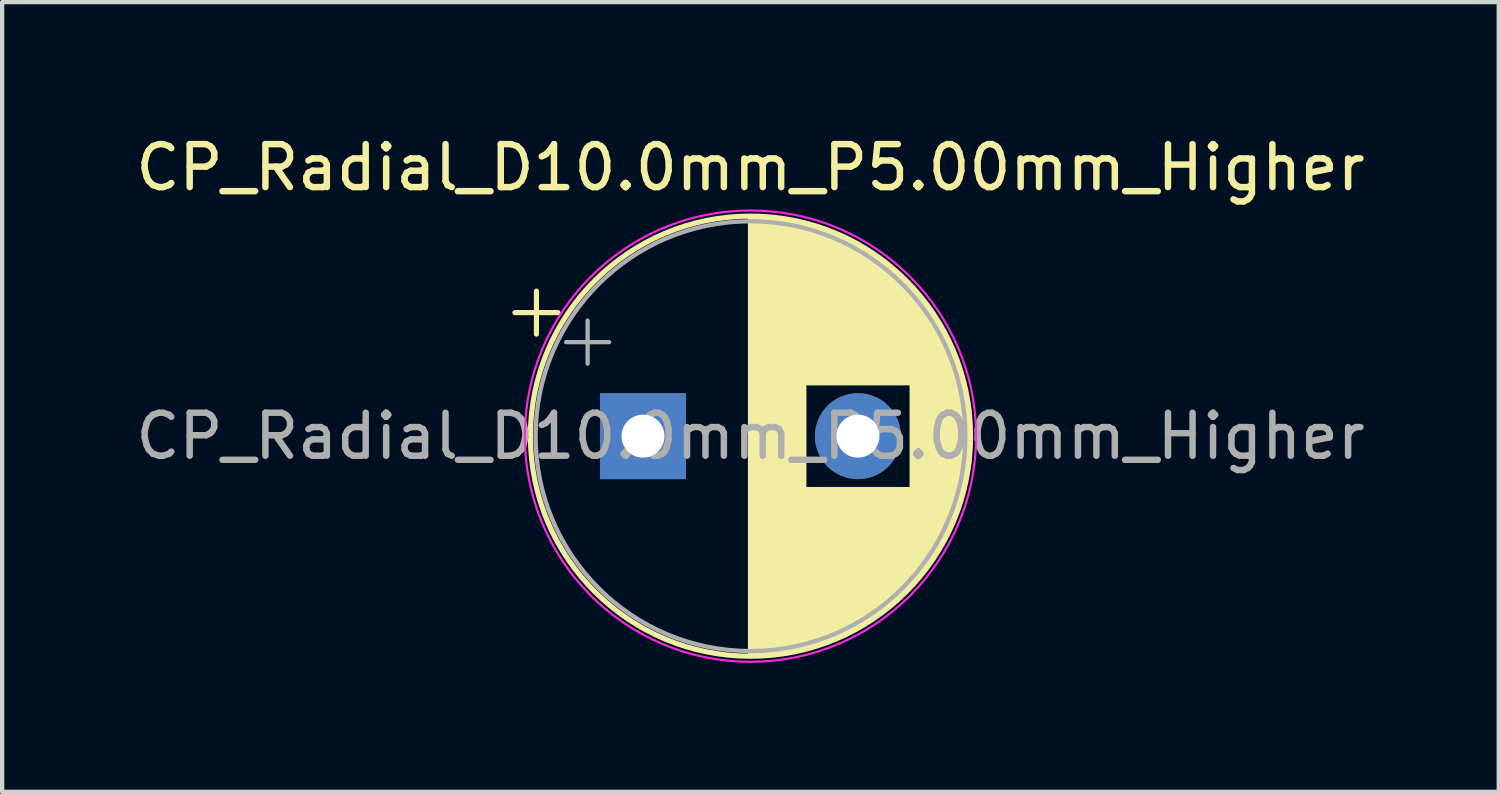
<source format=kicad_pcb>
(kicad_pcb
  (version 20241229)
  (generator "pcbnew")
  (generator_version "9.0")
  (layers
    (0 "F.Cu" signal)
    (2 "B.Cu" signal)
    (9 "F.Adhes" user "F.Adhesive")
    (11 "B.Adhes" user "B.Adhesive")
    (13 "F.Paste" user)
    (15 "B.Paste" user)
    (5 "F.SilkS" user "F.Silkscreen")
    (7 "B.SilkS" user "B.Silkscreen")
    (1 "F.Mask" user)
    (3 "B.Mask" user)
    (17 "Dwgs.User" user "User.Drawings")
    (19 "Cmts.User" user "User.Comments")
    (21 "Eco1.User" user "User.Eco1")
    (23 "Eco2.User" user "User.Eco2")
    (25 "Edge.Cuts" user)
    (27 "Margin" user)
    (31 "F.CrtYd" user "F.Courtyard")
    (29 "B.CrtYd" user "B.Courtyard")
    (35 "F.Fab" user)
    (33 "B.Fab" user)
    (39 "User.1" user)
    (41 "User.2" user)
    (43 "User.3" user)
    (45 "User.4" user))
  (footprint "CP_Radial_D10.0mm_P5.00mm_Higher"
    (layer "F.Cu")
    (at 11.911 7.098)
    (property "Reference" "CP_Radial_D10.0mm_P5.00mm_Higher" (at 2.5 -6.25 0) (layer "F.SilkS") (effects (font (size 1 1) (thickness 0.15))))
    (attr through_hole)
    (fp_line (start -2.98 -2.875) (end -1.98 -2.875) (stroke (width 0.12) (type solid)) (layer "F.SilkS"))
    (fp_line (start -2.48 -3.375) (end -2.48 -2.375) (stroke (width 0.12) (type solid)) (layer "F.SilkS"))
    (fp_line (start 2.5 -5.08) (end 2.5 5.08) (stroke (width 0.12) (type solid)) (layer "F.SilkS"))
    (fp_line (start 2.54 -5.08) (end 2.54 5.08) (stroke (width 0.12) (type solid)) (layer "F.SilkS"))
    (fp_line (start 2.58 -5.08) (end 2.58 5.08) (stroke (width 0.12) (type solid)) (layer "F.SilkS"))
    (fp_line (start 2.62 -5.079) (end 2.62 5.079) (stroke (width 0.12) (type solid)) (layer "F.SilkS"))
    (fp_line (start 2.66 -5.078) (end 2.66 5.078) (stroke (width 0.12) (type solid)) (layer "F.SilkS"))
    (fp_line (start 2.7 -5.077) (end 2.7 5.077) (stroke (width 0.12) (type solid)) (layer "F.SilkS"))
    (fp_line (start 2.74 -5.075) (end 2.74 5.075) (stroke (width 0.12) (type solid)) (layer "F.SilkS"))
    (fp_line (start 2.78 -5.073) (end 2.78 5.073) (stroke (width 0.12) (type solid)) (layer "F.SilkS"))
    (fp_line (start 2.82 -5.07) (end 2.82 5.07) (stroke (width 0.12) (type solid)) (layer "F.SilkS"))
    (fp_line (start 2.86 -5.068) (end 2.86 5.068) (stroke (width 0.12) (type solid)) (layer "F.SilkS"))
    (fp_line (start 2.9 -5.065) (end 2.9 5.065) (stroke (width 0.12) (type solid)) (layer "F.SilkS"))
    (fp_line (start 2.94 -5.062) (end 2.94 5.062) (stroke (width 0.12) (type solid)) (layer "F.SilkS"))
    (fp_line (start 2.98 -5.058) (end 2.98 5.058) (stroke (width 0.12) (type solid)) (layer "F.SilkS"))
    (fp_line (start 3.02 -5.054) (end 3.02 5.054) (stroke (width 0.12) (type solid)) (layer "F.SilkS"))
    (fp_line (start 3.06 -5.05) (end 3.06 5.05) (stroke (width 0.12) (type solid)) (layer "F.SilkS"))
    (fp_line (start 3.1 -5.045) (end 3.1 5.045) (stroke (width 0.12) (type solid)) (layer "F.SilkS"))
    (fp_line (start 3.14 -5.04) (end 3.14 5.04) (stroke (width 0.12) (type solid)) (layer "F.SilkS"))
    (fp_line (start 3.18 -5.035) (end 3.18 5.035) (stroke (width 0.12) (type solid)) (layer "F.SilkS"))
    (fp_line (start 3.221 -5.03) (end 3.221 5.03) (stroke (width 0.12) (type solid)) (layer "F.SilkS"))
    (fp_line (start 3.261 -5.024) (end 3.261 5.024) (stroke (width 0.12) (type solid)) (layer "F.SilkS"))
    (fp_line (start 3.301 -5.018) (end 3.301 5.018) (stroke (width 0.12) (type solid)) (layer "F.SilkS"))
    (fp_line (start 3.341 -5.011) (end 3.341 5.011) (stroke (width 0.12) (type solid)) (layer "F.SilkS"))
    (fp_line (start 3.381 -5.004) (end 3.381 5.004) (stroke (width 0.12) (type solid)) (layer "F.SilkS"))
    (fp_line (start 3.421 -4.997) (end 3.421 4.997) (stroke (width 0.12) (type solid)) (layer "F.SilkS"))
    (fp_line (start 3.461 -4.99) (end 3.461 4.99) (stroke (width 0.12) (type solid)) (layer "F.SilkS"))
    (fp_line (start 3.501 -4.982) (end 3.501 4.982) (stroke (width 0.12) (type solid)) (layer "F.SilkS"))
    (fp_line (start 3.541 -4.974) (end 3.541 4.974) (stroke (width 0.12) (type solid)) (layer "F.SilkS"))
    (fp_line (start 3.581 -4.965) (end 3.581 4.965) (stroke (width 0.12) (type solid)) (layer "F.SilkS"))
    (fp_line (start 3.621 -4.956) (end 3.621 4.956) (stroke (width 0.12) (type solid)) (layer "F.SilkS"))
    (fp_line (start 3.661 -4.947) (end 3.661 4.947) (stroke (width 0.12) (type solid)) (layer "F.SilkS"))
    (fp_line (start 3.701 -4.938) (end 3.701 4.938) (stroke (width 0.12) (type solid)) (layer "F.SilkS"))
    (fp_line (start 3.741 -4.928) (end 3.741 4.928) (stroke (width 0.12) (type solid)) (layer "F.SilkS"))
    (fp_line (start 3.781 -4.918) (end 3.781 -1.241) (stroke (width 0.12) (type solid)) (layer "F.SilkS"))
    (fp_line (start 3.781 1.241) (end 3.781 4.918) (stroke (width 0.12) (type solid)) (layer "F.SilkS"))
    (fp_line (start 3.821 -4.907) (end 3.821 -1.241) (stroke (width 0.12) (type solid)) (layer "F.SilkS"))
    (fp_line (start 3.821 1.241) (end 3.821 4.907) (stroke (width 0.12) (type solid)) (layer "F.SilkS"))
    (fp_line (start 3.861 -4.897) (end 3.861 -1.241) (stroke (width 0.12) (type solid)) (layer "F.SilkS"))
    (fp_line (start 3.861 1.241) (end 3.861 4.897) (stroke (width 0.12) (type solid)) (layer "F.SilkS"))
    (fp_line (start 3.901 -4.885) (end 3.901 -1.241) (stroke (width 0.12) (type solid)) (layer "F.SilkS"))
    (fp_line (start 3.901 1.241) (end 3.901 4.885) (stroke (width 0.12) (type solid)) (layer "F.SilkS"))
    (fp_line (start 3.941 -4.874) (end 3.941 -1.241) (stroke (width 0.12) (type solid)) (layer "F.SilkS"))
    (fp_line (start 3.941 1.241) (end 3.941 4.874) (stroke (width 0.12) (type solid)) (layer "F.SilkS"))
    (fp_line (start 3.981 -4.862) (end 3.981 -1.241) (stroke (width 0.12) (type solid)) (layer "F.SilkS"))
    (fp_line (start 3.981 1.241) (end 3.981 4.862) (stroke (width 0.12) (type solid)) (layer "F.SilkS"))
    (fp_line (start 4.021 -4.85) (end 4.021 -1.241) (stroke (width 0.12) (type solid)) (layer "F.SilkS"))
    (fp_line (start 4.021 1.241) (end 4.021 4.85) (stroke (width 0.12) (type solid)) (layer "F.SilkS"))
    (fp_line (start 4.061 -4.837) (end 4.061 -1.241) (stroke (width 0.12) (type solid)) (layer "F.SilkS"))
    (fp_line (start 4.061 1.241) (end 4.061 4.837) (stroke (width 0.12) (type solid)) (layer "F.SilkS"))
    (fp_line (start 4.101 -4.824) (end 4.101 -1.241) (stroke (width 0.12) (type solid)) (layer "F.SilkS"))
    (fp_line (start 4.101 1.241) (end 4.101 4.824) (stroke (width 0.12) (type solid)) (layer "F.SilkS"))
    (fp_line (start 4.141 -4.811) (end 4.141 -1.241) (stroke (width 0.12) (type solid)) (layer "F.SilkS"))
    (fp_line (start 4.141 1.241) (end 4.141 4.811) (stroke (width 0.12) (type solid)) (layer "F.SilkS"))
    (fp_line (start 4.181 -4.797) (end 4.181 -1.241) (stroke (width 0.12) (type solid)) (layer "F.SilkS"))
    (fp_line (start 4.181 1.241) (end 4.181 4.797) (stroke (width 0.12) (type solid)) (layer "F.SilkS"))
    (fp_line (start 4.221 -4.783) (end 4.221 -1.241) (stroke (width 0.12) (type solid)) (layer "F.SilkS"))
    (fp_line (start 4.221 1.241) (end 4.221 4.783) (stroke (width 0.12) (type solid)) (layer "F.SilkS"))
    (fp_line (start 4.261 -4.768) (end 4.261 -1.241) (stroke (width 0.12) (type solid)) (layer "F.SilkS"))
    (fp_line (start 4.261 1.241) (end 4.261 4.768) (stroke (width 0.12) (type solid)) (layer "F.SilkS"))
    (fp_line (start 4.301 -4.754) (end 4.301 -1.241) (stroke (width 0.12) (type solid)) (layer "F.SilkS"))
    (fp_line (start 4.301 1.241) (end 4.301 4.754) (stroke (width 0.12) (type solid)) (layer "F.SilkS"))
    (fp_line (start 4.341 -4.738) (end 4.341 -1.241) (stroke (width 0.12) (type solid)) (layer "F.SilkS"))
    (fp_line (start 4.341 1.241) (end 4.341 4.738) (stroke (width 0.12) (type solid)) (layer "F.SilkS"))
    (fp_line (start 4.381 -4.723) (end 4.381 -1.241) (stroke (width 0.12) (type solid)) (layer "F.SilkS"))
    (fp_line (start 4.381 1.241) (end 4.381 4.723) (stroke (width 0.12) (type solid)) (layer "F.SilkS"))
    (fp_line (start 4.421 -4.707) (end 4.421 -1.241) (stroke (width 0.12) (type solid)) (layer "F.SilkS"))
    (fp_line (start 4.421 1.241) (end 4.421 4.707) (stroke (width 0.12) (type solid)) (layer "F.SilkS"))
    (fp_line (start 4.461 -4.69) (end 4.461 -1.241) (stroke (width 0.12) (type solid)) (layer "F.SilkS"))
    (fp_line (start 4.461 1.241) (end 4.461 4.69) (stroke (width 0.12) (type solid)) (layer "F.SilkS"))
    (fp_line (start 4.501 -4.674) (end 4.501 -1.241) (stroke (width 0.12) (type solid)) (layer "F.SilkS"))
    (fp_line (start 4.501 1.241) (end 4.501 4.674) (stroke (width 0.12) (type solid)) (layer "F.SilkS"))
    (fp_line (start 4.541 -4.657) (end 4.541 -1.241) (stroke (width 0.12) (type solid)) (layer "F.SilkS"))
    (fp_line (start 4.541 1.241) (end 4.541 4.657) (stroke (width 0.12) (type solid)) (layer "F.SilkS"))
    (fp_line (start 4.581 -4.639) (end 4.581 -1.241) (stroke (width 0.12) (type solid)) (layer "F.SilkS"))
    (fp_line (start 4.581 1.241) (end 4.581 4.639) (stroke (width 0.12) (type solid)) (layer "F.SilkS"))
    (fp_line (start 4.621 -4.621) (end 4.621 -1.241) (stroke (width 0.12) (type solid)) (layer "F.SilkS"))
    (fp_line (start 4.621 1.241) (end 4.621 4.621) (stroke (width 0.12) (type solid)) (layer "F.SilkS"))
    (fp_line (start 4.661 -4.603) (end 4.661 -1.241) (stroke (width 0.12) (type solid)) (layer "F.SilkS"))
    (fp_line (start 4.661 1.241) (end 4.661 4.603) (stroke (width 0.12) (type solid)) (layer "F.SilkS"))
    (fp_line (start 4.701 -4.584) (end 4.701 -1.241) (stroke (width 0.12) (type solid)) (layer "F.SilkS"))
    (fp_line (start 4.701 1.241) (end 4.701 4.584) (stroke (width 0.12) (type solid)) (layer "F.SilkS"))
    (fp_line (start 4.741 -4.564) (end 4.741 -1.241) (stroke (width 0.12) (type solid)) (layer "F.SilkS"))
    (fp_line (start 4.741 1.241) (end 4.741 4.564) (stroke (width 0.12) (type solid)) (layer "F.SilkS"))
    (fp_line (start 4.781 -4.545) (end 4.781 -1.241) (stroke (width 0.12) (type solid)) (layer "F.SilkS"))
    (fp_line (start 4.781 1.241) (end 4.781 4.545) (stroke (width 0.12) (type solid)) (layer "F.SilkS"))
    (fp_line (start 4.821 -4.525) (end 4.821 -1.241) (stroke (width 0.12) (type solid)) (layer "F.SilkS"))
    (fp_line (start 4.821 1.241) (end 4.821 4.525) (stroke (width 0.12) (type solid)) (layer "F.SilkS"))
    (fp_line (start 4.861 -4.504) (end 4.861 -1.241) (stroke (width 0.12) (type solid)) (layer "F.SilkS"))
    (fp_line (start 4.861 1.241) (end 4.861 4.504) (stroke (width 0.12) (type solid)) (layer "F.SilkS"))
    (fp_line (start 4.901 -4.483) (end 4.901 -1.241) (stroke (width 0.12) (type solid)) (layer "F.SilkS"))
    (fp_line (start 4.901 1.241) (end 4.901 4.483) (stroke (width 0.12) (type solid)) (layer "F.SilkS"))
    (fp_line (start 4.941 -4.462) (end 4.941 -1.241) (stroke (width 0.12) (type solid)) (layer "F.SilkS"))
    (fp_line (start 4.941 1.241) (end 4.941 4.462) (stroke (width 0.12) (type solid)) (layer "F.SilkS"))
    (fp_line (start 4.981 -4.44) (end 4.981 -1.241) (stroke (width 0.12) (type solid)) (layer "F.SilkS"))
    (fp_line (start 4.981 1.241) (end 4.981 4.44) (stroke (width 0.12) (type solid)) (layer "F.SilkS"))
    (fp_line (start 5.021 -4.417) (end 5.021 -1.241) (stroke (width 0.12) (type solid)) (layer "F.SilkS"))
    (fp_line (start 5.021 1.241) (end 5.021 4.417) (stroke (width 0.12) (type solid)) (layer "F.SilkS"))
    (fp_line (start 5.061 -4.395) (end 5.061 -1.241) (stroke (width 0.12) (type solid)) (layer "F.SilkS"))
    (fp_line (start 5.061 1.241) (end 5.061 4.395) (stroke (width 0.12) (type solid)) (layer "F.SilkS"))
    (fp_line (start 5.101 -4.371) (end 5.101 -1.241) (stroke (width 0.12) (type solid)) (layer "F.SilkS"))
    (fp_line (start 5.101 1.241) (end 5.101 4.371) (stroke (width 0.12) (type solid)) (layer "F.SilkS"))
    (fp_line (start 5.141 -4.347) (end 5.141 -1.241) (stroke (width 0.12) (type solid)) (layer "F.SilkS"))
    (fp_line (start 5.141 1.241) (end 5.141 4.347) (stroke (width 0.12) (type solid)) (layer "F.SilkS"))
    (fp_line (start 5.181 -4.323) (end 5.181 -1.241) (stroke (width 0.12) (type solid)) (layer "F.SilkS"))
    (fp_line (start 5.181 1.241) (end 5.181 4.323) (stroke (width 0.12) (type solid)) (layer "F.SilkS"))
    (fp_line (start 5.221 -4.298) (end 5.221 -1.241) (stroke (width 0.12) (type solid)) (layer "F.SilkS"))
    (fp_line (start 5.221 1.241) (end 5.221 4.298) (stroke (width 0.12) (type solid)) (layer "F.SilkS"))
    (fp_line (start 5.261 -4.273) (end 5.261 -1.241) (stroke (width 0.12) (type solid)) (layer "F.SilkS"))
    (fp_line (start 5.261 1.241) (end 5.261 4.273) (stroke (width 0.12) (type solid)) (layer "F.SilkS"))
    (fp_line (start 5.301 -4.247) (end 5.301 -1.241) (stroke (width 0.12) (type solid)) (layer "F.SilkS"))
    (fp_line (start 5.301 1.241) (end 5.301 4.247) (stroke (width 0.12) (type solid)) (layer "F.SilkS"))
    (fp_line (start 5.341 -4.221) (end 5.341 -1.241) (stroke (width 0.12) (type solid)) (layer "F.SilkS"))
    (fp_line (start 5.341 1.241) (end 5.341 4.221) (stroke (width 0.12) (type solid)) (layer "F.SilkS"))
    (fp_line (start 5.381 -4.194) (end 5.381 -1.241) (stroke (width 0.12) (type solid)) (layer "F.SilkS"))
    (fp_line (start 5.381 1.241) (end 5.381 4.194) (stroke (width 0.12) (type solid)) (layer "F.SilkS"))
    (fp_line (start 5.421 -4.166) (end 5.421 -1.241) (stroke (width 0.12) (type solid)) (layer "F.SilkS"))
    (fp_line (start 5.421 1.241) (end 5.421 4.166) (stroke (width 0.12) (type solid)) (layer "F.SilkS"))
    (fp_line (start 5.461 -4.138) (end 5.461 -1.241) (stroke (width 0.12) (type solid)) (layer "F.SilkS"))
    (fp_line (start 5.461 1.241) (end 5.461 4.138) (stroke (width 0.12) (type solid)) (layer "F.SilkS"))
    (fp_line (start 5.501 -4.11) (end 5.501 -1.241) (stroke (width 0.12) (type solid)) (layer "F.SilkS"))
    (fp_line (start 5.501 1.241) (end 5.501 4.11) (stroke (width 0.12) (type solid)) (layer "F.SilkS"))
    (fp_line (start 5.541 -4.08) (end 5.541 -1.241) (stroke (width 0.12) (type solid)) (layer "F.SilkS"))
    (fp_line (start 5.541 1.241) (end 5.541 4.08) (stroke (width 0.12) (type solid)) (layer "F.SilkS"))
    (fp_line (start 5.581 -4.05) (end 5.581 -1.241) (stroke (width 0.12) (type solid)) (layer "F.SilkS"))
    (fp_line (start 5.581 1.241) (end 5.581 4.05) (stroke (width 0.12) (type solid)) (layer "F.SilkS"))
    (fp_line (start 5.621 -4.02) (end 5.621 -1.241) (stroke (width 0.12) (type solid)) (layer "F.SilkS"))
    (fp_line (start 5.621 1.241) (end 5.621 4.02) (stroke (width 0.12) (type solid)) (layer "F.SilkS"))
    (fp_line (start 5.661 -3.989) (end 5.661 -1.241) (stroke (width 0.12) (type solid)) (layer "F.SilkS"))
    (fp_line (start 5.661 1.241) (end 5.661 3.989) (stroke (width 0.12) (type solid)) (layer "F.SilkS"))
    (fp_line (start 5.701 -3.957) (end 5.701 -1.241) (stroke (width 0.12) (type solid)) (layer "F.SilkS"))
    (fp_line (start 5.701 1.241) (end 5.701 3.957) (stroke (width 0.12) (type solid)) (layer "F.SilkS"))
    (fp_line (start 5.741 -3.925) (end 5.741 -1.241) (stroke (width 0.12) (type solid)) (layer "F.SilkS"))
    (fp_line (start 5.741 1.241) (end 5.741 3.925) (stroke (width 0.12) (type solid)) (layer "F.SilkS"))
    (fp_line (start 5.781 -3.892) (end 5.781 -1.241) (stroke (width 0.12) (type solid)) (layer "F.SilkS"))
    (fp_line (start 5.781 1.241) (end 5.781 3.892) (stroke (width 0.12) (type solid)) (layer "F.SilkS"))
    (fp_line (start 5.821 -3.858) (end 5.821 -1.241) (stroke (width 0.12) (type solid)) (layer "F.SilkS"))
    (fp_line (start 5.821 1.241) (end 5.821 3.858) (stroke (width 0.12) (type solid)) (layer "F.SilkS"))
    (fp_line (start 5.861 -3.824) (end 5.861 -1.241) (stroke (width 0.12) (type solid)) (layer "F.SilkS"))
    (fp_line (start 5.861 1.241) (end 5.861 3.824) (stroke (width 0.12) (type solid)) (layer "F.SilkS"))
    (fp_line (start 5.901 -3.789) (end 5.901 -1.241) (stroke (width 0.12) (type solid)) (layer "F.SilkS"))
    (fp_line (start 5.901 1.241) (end 5.901 3.789) (stroke (width 0.12) (type solid)) (layer "F.SilkS"))
    (fp_line (start 5.941 -3.753) (end 5.941 -1.241) (stroke (width 0.12) (type solid)) (layer "F.SilkS"))
    (fp_line (start 5.941 1.241) (end 5.941 3.753) (stroke (width 0.12) (type solid)) (layer "F.SilkS"))
    (fp_line (start 5.981 -3.716) (end 5.981 -1.241) (stroke (width 0.12) (type solid)) (layer "F.SilkS"))
    (fp_line (start 5.981 1.241) (end 5.981 3.716) (stroke (width 0.12) (type solid)) (layer "F.SilkS"))
    (fp_line (start 6.021 -3.679) (end 6.021 -1.241) (stroke (width 0.12) (type solid)) (layer "F.SilkS"))
    (fp_line (start 6.021 1.241) (end 6.021 3.679) (stroke (width 0.12) (type solid)) (layer "F.SilkS"))
    (fp_line (start 6.061 -3.64) (end 6.061 -1.241) (stroke (width 0.12) (type solid)) (layer "F.SilkS"))
    (fp_line (start 6.061 1.241) (end 6.061 3.64) (stroke (width 0.12) (type solid)) (layer "F.SilkS"))
    (fp_line (start 6.101 -3.601) (end 6.101 -1.241) (stroke (width 0.12) (type solid)) (layer "F.SilkS"))
    (fp_line (start 6.101 1.241) (end 6.101 3.601) (stroke (width 0.12) (type solid)) (layer "F.SilkS"))
    (fp_line (start 6.141 -3.561) (end 6.141 -1.241) (stroke (width 0.12) (type solid)) (layer "F.SilkS"))
    (fp_line (start 6.141 1.241) (end 6.141 3.561) (stroke (width 0.12) (type solid)) (layer "F.SilkS"))
    (fp_line (start 6.181 -3.52) (end 6.181 -1.241) (stroke (width 0.12) (type solid)) (layer "F.SilkS"))
    (fp_line (start 6.181 1.241) (end 6.181 3.52) (stroke (width 0.12) (type solid)) (layer "F.SilkS"))
    (fp_line (start 6.221 -3.478) (end 6.221 -1.241) (stroke (width 0.12) (type solid)) (layer "F.SilkS"))
    (fp_line (start 6.221 1.241) (end 6.221 3.478) (stroke (width 0.12) (type solid)) (layer "F.SilkS"))
    (fp_line (start 6.261 -3.436) (end 6.261 3.436) (stroke (width 0.12) (type solid)) (layer "F.SilkS"))
    (fp_line (start 6.301 -3.392) (end 6.301 3.392) (stroke (width 0.12) (type solid)) (layer "F.SilkS"))
    (fp_line (start 6.341 -3.347) (end 6.341 3.347) (stroke (width 0.12) (type solid)) (layer "F.SilkS"))
    (fp_line (start 6.381 -3.301) (end 6.381 3.301) (stroke (width 0.12) (type solid)) (layer "F.SilkS"))
    (fp_line (start 6.421 -3.254) (end 6.421 3.254) (stroke (width 0.12) (type solid)) (layer "F.SilkS"))
    (fp_line (start 6.461 -3.206) (end 6.461 3.206) (stroke (width 0.12) (type solid)) (layer "F.SilkS"))
    (fp_line (start 6.501 -3.156) (end 6.501 3.156) (stroke (width 0.12) (type solid)) (layer "F.SilkS"))
    (fp_line (start 6.541 -3.106) (end 6.541 3.106) (stroke (width 0.12) (type solid)) (layer "F.SilkS"))
    (fp_line (start 6.581 -3.054) (end 6.581 3.054) (stroke (width 0.12) (type solid)) (layer "F.SilkS"))
    (fp_line (start 6.621 -3) (end 6.621 3) (stroke (width 0.12) (type solid)) (layer "F.SilkS"))
    (fp_line (start 6.661 -2.945) (end 6.661 2.945) (stroke (width 0.12) (type solid)) (layer "F.SilkS"))
    (fp_line (start 6.701 -2.889) (end 6.701 2.889) (stroke (width 0.12) (type solid)) (layer "F.SilkS"))
    (fp_line (start 6.741 -2.83) (end 6.741 2.83) (stroke (width 0.12) (type solid)) (layer "F.SilkS"))
    (fp_line (start 6.781 -2.77) (end 6.781 2.77) (stroke (width 0.12) (type solid)) (layer "F.SilkS"))
    (fp_line (start 6.821 -2.709) (end 6.821 2.709) (stroke (width 0.12) (type solid)) (layer "F.SilkS"))
    (fp_line (start 6.861 -2.645) (end 6.861 2.645) (stroke (width 0.12) (type solid)) (layer "F.SilkS"))
    (fp_line (start 6.901 -2.579) (end 6.901 2.579) (stroke (width 0.12) (type solid)) (layer "F.SilkS"))
    (fp_line (start 6.941 -2.51) (end 6.941 2.51) (stroke (width 0.12) (type solid)) (layer "F.SilkS"))
    (fp_line (start 6.981 -2.439) (end 6.981 2.439) (stroke (width 0.12) (type solid)) (layer "F.SilkS"))
    (fp_line (start 7.021 -2.365) (end 7.021 2.365) (stroke (width 0.12) (type solid)) (layer "F.SilkS"))
    (fp_line (start 7.061 -2.289) (end 7.061 2.289) (stroke (width 0.12) (type solid)) (layer "F.SilkS"))
    (fp_line (start 7.101 -2.209) (end 7.101 2.209) (stroke (width 0.12) (type solid)) (layer "F.SilkS"))
    (fp_line (start 7.141 -2.125) (end 7.141 2.125) (stroke (width 0.12) (type solid)) (layer "F.SilkS"))
    (fp_line (start 7.181 -2.037) (end 7.181 2.037) (stroke (width 0.12) (type solid)) (layer "F.SilkS"))
    (fp_line (start 7.221 -1.944) (end 7.221 1.944) (stroke (width 0.12) (type solid)) (layer "F.SilkS"))
    (fp_line (start 7.261 -1.846) (end 7.261 1.846) (stroke (width 0.12) (type solid)) (layer "F.SilkS"))
    (fp_line (start 7.301 -1.742) (end 7.301 1.742) (stroke (width 0.12) (type solid)) (layer "F.SilkS"))
    (fp_line (start 7.341 -1.63) (end 7.341 1.63) (stroke (width 0.12) (type solid)) (layer "F.SilkS"))
    (fp_line (start 7.381 -1.51) (end 7.381 1.51) (stroke (width 0.12) (type solid)) (layer "F.SilkS"))
    (fp_line (start 7.421 -1.378) (end 7.421 1.378) (stroke (width 0.12) (type solid)) (layer "F.SilkS"))
    (fp_line (start 7.461 -1.23) (end 7.461 1.23) (stroke (width 0.12) (type solid)) (layer "F.SilkS"))
    (fp_line (start 7.501 -1.062) (end 7.501 1.062) (stroke (width 0.12) (type solid)) (layer "F.SilkS"))
    (fp_line (start 7.541 -0.862) (end 7.541 0.862) (stroke (width 0.12) (type solid)) (layer "F.SilkS"))
    (fp_line (start 7.581 -0.599) (end 7.581 0.599) (stroke (width 0.12) (type solid)) (layer "F.SilkS"))
    (fp_circle (center 2.5 0) (end 7.62 0) (stroke (width 0.12) (type solid)) (fill no) (layer "F.SilkS"))
    (fp_circle (center 2.5 0) (end 7.75 0) (stroke (width 0.05) (type solid)) (fill no) (layer "F.CrtYd"))
    (fp_line (start -1.789 -2.188) (end -0.789 -2.188) (stroke (width 0.1) (type solid)) (layer "F.Fab"))
    (fp_line (start -1.289 -2.688) (end -1.289 -1.688) (stroke (width 0.1) (type solid)) (layer "F.Fab"))
    (fp_circle (center 2.5 0) (end 7.5 0) (stroke (width 0.1) (type solid)) (fill no) (layer "F.Fab"))
    (fp_text user "${REFERENCE}" (at 2.5 0 0) (layer "F.Fab") (effects (font (size 1 1) (thickness 0.15))))
    (pad "1" thru_hole rect (at 0 0) (size 2 2) (drill 1) (layers "*.Cu" "*.Mask"))
    (pad "2" thru_hole circle (at 5 0) (size 2 2) (drill 1) (layers "*.Cu" "*.Mask")))
  (gr_rect
    (start -3 -3)
    (end 31.821 15.373)
    (stroke (width 0.1) (type default))
    (fill no)
    (layer "Edge.Cuts")))
</source>
